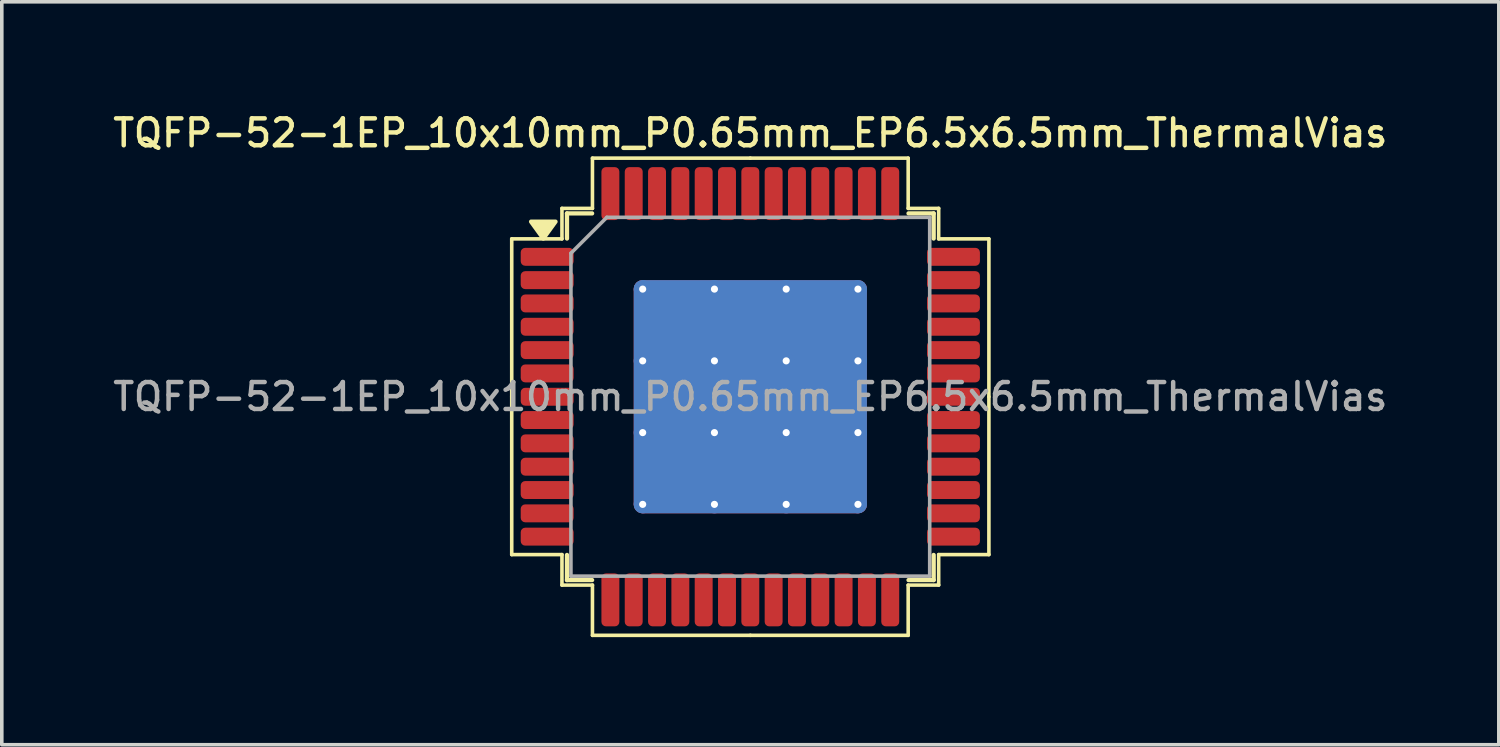
<source format=kicad_pcb>
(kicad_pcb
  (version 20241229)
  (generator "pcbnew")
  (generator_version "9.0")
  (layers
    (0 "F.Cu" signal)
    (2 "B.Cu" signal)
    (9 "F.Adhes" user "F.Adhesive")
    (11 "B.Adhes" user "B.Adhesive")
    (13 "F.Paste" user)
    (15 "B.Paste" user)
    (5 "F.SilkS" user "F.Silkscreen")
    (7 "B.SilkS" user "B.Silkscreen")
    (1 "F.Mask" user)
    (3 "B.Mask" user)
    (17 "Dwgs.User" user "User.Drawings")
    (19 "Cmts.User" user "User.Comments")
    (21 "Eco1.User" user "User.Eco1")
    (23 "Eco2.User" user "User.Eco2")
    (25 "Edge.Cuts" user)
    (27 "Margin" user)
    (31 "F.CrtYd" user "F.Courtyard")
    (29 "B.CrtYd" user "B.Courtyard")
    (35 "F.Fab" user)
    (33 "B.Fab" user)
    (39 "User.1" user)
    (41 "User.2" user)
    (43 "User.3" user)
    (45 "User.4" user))
  (footprint "TQFP-52-1EP_10x10mm_P0.65mm_EP6.5x6.5mm_ThermalVias"
    (layer "F.Cu")
    (at 17.863 8.008)
    (property "Reference" "TQFP-52-1EP_10x10mm_P0.65mm_EP6.5x6.5mm_ThermalVias" (at 0 -7.35 0) (layer "F.SilkS") (effects (font (size 0.75 0.75) (thickness 0.125))))
    (attr smd)
    (fp_line (start -6.65 -4.4) (end -6.65 0) (stroke (width 0.1) (type solid)) (layer "F.SilkS"))
    (fp_line (start -6.65 4.4) (end -6.65 0) (stroke (width 0.1) (type solid)) (layer "F.SilkS"))
    (fp_line (start -5.25 -5.25) (end -5.25 -4.4) (stroke (width 0.1) (type solid)) (layer "F.SilkS"))
    (fp_line (start -5.25 -4.4) (end -6.65 -4.4) (stroke (width 0.1) (type solid)) (layer "F.SilkS"))
    (fp_line (start -5.25 4.4) (end -6.65 4.4) (stroke (width 0.1) (type solid)) (layer "F.SilkS"))
    (fp_line (start -5.25 5.25) (end -5.25 4.4) (stroke (width 0.1) (type solid)) (layer "F.SilkS"))
    (fp_line (start -5.11 -5.11) (end -5.11 -4.41) (stroke (width 0.12) (type solid)) (layer "F.SilkS"))
    (fp_line (start -5.11 5.11) (end -5.11 4.41) (stroke (width 0.12) (type solid)) (layer "F.SilkS"))
    (fp_line (start -4.41 -5.11) (end -5.11 -5.11) (stroke (width 0.12) (type solid)) (layer "F.SilkS"))
    (fp_line (start -4.41 5.11) (end -5.11 5.11) (stroke (width 0.12) (type solid)) (layer "F.SilkS"))
    (fp_line (start -4.4 -6.65) (end -4.4 -5.25) (stroke (width 0.1) (type solid)) (layer "F.SilkS"))
    (fp_line (start -4.4 -5.25) (end -5.25 -5.25) (stroke (width 0.1) (type solid)) (layer "F.SilkS"))
    (fp_line (start -4.4 5.25) (end -5.25 5.25) (stroke (width 0.1) (type solid)) (layer "F.SilkS"))
    (fp_line (start -4.4 6.65) (end -4.4 5.25) (stroke (width 0.1) (type solid)) (layer "F.SilkS"))
    (fp_line (start 0 -6.65) (end -4.4 -6.65) (stroke (width 0.1) (type solid)) (layer "F.SilkS"))
    (fp_line (start 0 -6.65) (end 4.4 -6.65) (stroke (width 0.1) (type solid)) (layer "F.SilkS"))
    (fp_line (start 0 6.65) (end -4.4 6.65) (stroke (width 0.1) (type solid)) (layer "F.SilkS"))
    (fp_line (start 0 6.65) (end 4.4 6.65) (stroke (width 0.1) (type solid)) (layer "F.SilkS"))
    (fp_line (start 4.4 -6.65) (end 4.4 -5.25) (stroke (width 0.1) (type solid)) (layer "F.SilkS"))
    (fp_line (start 4.4 -5.25) (end 5.25 -5.25) (stroke (width 0.1) (type solid)) (layer "F.SilkS"))
    (fp_line (start 4.4 5.25) (end 5.25 5.25) (stroke (width 0.1) (type solid)) (layer "F.SilkS"))
    (fp_line (start 4.4 6.65) (end 4.4 5.25) (stroke (width 0.1) (type solid)) (layer "F.SilkS"))
    (fp_line (start 4.41 -5.11) (end 5.11 -5.11) (stroke (width 0.12) (type solid)) (layer "F.SilkS"))
    (fp_line (start 4.41 5.11) (end 5.11 5.11) (stroke (width 0.12) (type solid)) (layer "F.SilkS"))
    (fp_line (start 5.11 -5.11) (end 5.11 -4.41) (stroke (width 0.12) (type solid)) (layer "F.SilkS"))
    (fp_line (start 5.11 5.11) (end 5.11 4.41) (stroke (width 0.12) (type solid)) (layer "F.SilkS"))
    (fp_line (start 5.25 -5.25) (end 5.25 -4.4) (stroke (width 0.1) (type solid)) (layer "F.SilkS"))
    (fp_line (start 5.25 -4.4) (end 6.65 -4.4) (stroke (width 0.1) (type solid)) (layer "F.SilkS"))
    (fp_line (start 5.25 4.4) (end 6.65 4.4) (stroke (width 0.1) (type solid)) (layer "F.SilkS"))
    (fp_line (start 5.25 5.25) (end 5.25 4.4) (stroke (width 0.1) (type solid)) (layer "F.SilkS"))
    (fp_line (start 6.65 -4.4) (end 6.65 0) (stroke (width 0.1) (type solid)) (layer "F.SilkS"))
    (fp_line (start 6.65 4.4) (end 6.65 0) (stroke (width 0.1) (type solid)) (layer "F.SilkS"))
    (fp_poly (pts (xy -5.77 -4.41) (xy -6.11 -4.88) (xy -5.43 -4.88) (xy -5.77 -4.41)) (stroke (width 0.12) (type solid)) (fill yes) (layer "F.SilkS"))
    (fp_line (start -5 -4) (end -4 -5) (stroke (width 0.1) (type solid)) (layer "F.Fab"))
    (fp_line (start -5 5) (end -5 -4) (stroke (width 0.1) (type solid)) (layer "F.Fab"))
    (fp_line (start -4 -5) (end 5 -5) (stroke (width 0.1) (type solid)) (layer "F.Fab"))
    (fp_line (start 5 -5) (end 5 5) (stroke (width 0.1) (type solid)) (layer "F.Fab"))
    (fp_line (start 5 5) (end -5 5) (stroke (width 0.1) (type solid)) (layer "F.Fab"))
    (fp_text user "${REFERENCE}" (at 0 0 0) (layer "F.Fab") (effects (font (size 0.75 0.75) (thickness 0.125))))
    (pad "" smd roundrect (at -2 -2) (size 1.747 1.747) (layers "F.Paste") (roundrect_rratio 0.143))
    (pad "" smd roundrect (at -2 0) (size 1.747 1.747) (layers "F.Paste") (roundrect_rratio 0.143))
    (pad "" smd roundrect (at -2 2) (size 1.747 1.747) (layers "F.Paste") (roundrect_rratio 0.143))
    (pad "" smd roundrect (at 0 -2) (size 1.747 1.747) (layers "F.Paste") (roundrect_rratio 0.143))
    (pad "" smd roundrect (at 0 0) (size 1.747 1.747) (layers "F.Paste") (roundrect_rratio 0.143))
    (pad "" smd roundrect (at 0 2) (size 1.747 1.747) (layers "F.Paste") (roundrect_rratio 0.143))
    (pad "" smd roundrect (at 2 -2) (size 1.747 1.747) (layers "F.Paste") (roundrect_rratio 0.143))
    (pad "" smd roundrect (at 2 0) (size 1.747 1.747) (layers "F.Paste") (roundrect_rratio 0.143))
    (pad "" smd roundrect (at 2 2) (size 1.747 1.747) (layers "F.Paste") (roundrect_rratio 0.143))
    (pad "1" smd roundrect (at -5.662 -3.9) (size 1.475 0.5) (layers "F.Cu" "F.Mask" "F.Paste") (roundrect_rratio 0.25))
    (pad "2" smd roundrect (at -5.662 -3.25) (size 1.475 0.5) (layers "F.Cu" "F.Mask" "F.Paste") (roundrect_rratio 0.25))
    (pad "3" smd roundrect (at -5.662 -2.6) (size 1.475 0.5) (layers "F.Cu" "F.Mask" "F.Paste") (roundrect_rratio 0.25))
    (pad "4" smd roundrect (at -5.662 -1.95) (size 1.475 0.5) (layers "F.Cu" "F.Mask" "F.Paste") (roundrect_rratio 0.25))
    (pad "5" smd roundrect (at -5.662 -1.3) (size 1.475 0.5) (layers "F.Cu" "F.Mask" "F.Paste") (roundrect_rratio 0.25))
    (pad "6" smd roundrect (at -5.662 -0.65) (size 1.475 0.5) (layers "F.Cu" "F.Mask" "F.Paste") (roundrect_rratio 0.25))
    (pad "7" smd roundrect (at -5.662 0) (size 1.475 0.5) (layers "F.Cu" "F.Mask" "F.Paste") (roundrect_rratio 0.25))
    (pad "8" smd roundrect (at -5.662 0.65) (size 1.475 0.5) (layers "F.Cu" "F.Mask" "F.Paste") (roundrect_rratio 0.25))
    (pad "9" smd roundrect (at -5.662 1.3) (size 1.475 0.5) (layers "F.Cu" "F.Mask" "F.Paste") (roundrect_rratio 0.25))
    (pad "10" smd roundrect (at -5.662 1.95) (size 1.475 0.5) (layers "F.Cu" "F.Mask" "F.Paste") (roundrect_rratio 0.25))
    (pad "11" smd roundrect (at -5.662 2.6) (size 1.475 0.5) (layers "F.Cu" "F.Mask" "F.Paste") (roundrect_rratio 0.25))
    (pad "12" smd roundrect (at -5.662 3.25) (size 1.475 0.5) (layers "F.Cu" "F.Mask" "F.Paste") (roundrect_rratio 0.25))
    (pad "13" smd roundrect (at -5.662 3.9) (size 1.475 0.5) (layers "F.Cu" "F.Mask" "F.Paste") (roundrect_rratio 0.25))
    (pad "14" smd roundrect (at -3.9 5.662) (size 0.5 1.475) (layers "F.Cu" "F.Mask" "F.Paste") (roundrect_rratio 0.25))
    (pad "15" smd roundrect (at -3.25 5.662) (size 0.5 1.475) (layers "F.Cu" "F.Mask" "F.Paste") (roundrect_rratio 0.25))
    (pad "16" smd roundrect (at -2.6 5.662) (size 0.5 1.475) (layers "F.Cu" "F.Mask" "F.Paste") (roundrect_rratio 0.25))
    (pad "17" smd roundrect (at -1.95 5.662) (size 0.5 1.475) (layers "F.Cu" "F.Mask" "F.Paste") (roundrect_rratio 0.25))
    (pad "18" smd roundrect (at -1.3 5.662) (size 0.5 1.475) (layers "F.Cu" "F.Mask" "F.Paste") (roundrect_rratio 0.25))
    (pad "19" smd roundrect (at -0.65 5.662) (size 0.5 1.475) (layers "F.Cu" "F.Mask" "F.Paste") (roundrect_rratio 0.25))
    (pad "20" smd roundrect (at 0 5.662) (size 0.5 1.475) (layers "F.Cu" "F.Mask" "F.Paste") (roundrect_rratio 0.25))
    (pad "21" smd roundrect (at 0.65 5.662) (size 0.5 1.475) (layers "F.Cu" "F.Mask" "F.Paste") (roundrect_rratio 0.25))
    (pad "22" smd roundrect (at 1.3 5.662) (size 0.5 1.475) (layers "F.Cu" "F.Mask" "F.Paste") (roundrect_rratio 0.25))
    (pad "23" smd roundrect (at 1.95 5.662) (size 0.5 1.475) (layers "F.Cu" "F.Mask" "F.Paste") (roundrect_rratio 0.25))
    (pad "24" smd roundrect (at 2.6 5.662) (size 0.5 1.475) (layers "F.Cu" "F.Mask" "F.Paste") (roundrect_rratio 0.25))
    (pad "25" smd roundrect (at 3.25 5.662) (size 0.5 1.475) (layers "F.Cu" "F.Mask" "F.Paste") (roundrect_rratio 0.25))
    (pad "26" smd roundrect (at 3.9 5.662) (size 0.5 1.475) (layers "F.Cu" "F.Mask" "F.Paste") (roundrect_rratio 0.25))
    (pad "27" smd roundrect (at 5.662 3.9) (size 1.475 0.5) (layers "F.Cu" "F.Mask" "F.Paste") (roundrect_rratio 0.25))
    (pad "28" smd roundrect (at 5.662 3.25) (size 1.475 0.5) (layers "F.Cu" "F.Mask" "F.Paste") (roundrect_rratio 0.25))
    (pad "29" smd roundrect (at 5.662 2.6) (size 1.475 0.5) (layers "F.Cu" "F.Mask" "F.Paste") (roundrect_rratio 0.25))
    (pad "30" smd roundrect (at 5.662 1.95) (size 1.475 0.5) (layers "F.Cu" "F.Mask" "F.Paste") (roundrect_rratio 0.25))
    (pad "31" smd roundrect (at 5.662 1.3) (size 1.475 0.5) (layers "F.Cu" "F.Mask" "F.Paste") (roundrect_rratio 0.25))
    (pad "32" smd roundrect (at 5.662 0.65) (size 1.475 0.5) (layers "F.Cu" "F.Mask" "F.Paste") (roundrect_rratio 0.25))
    (pad "33" smd roundrect (at 5.662 0) (size 1.475 0.5) (layers "F.Cu" "F.Mask" "F.Paste") (roundrect_rratio 0.25))
    (pad "34" smd roundrect (at 5.662 -0.65) (size 1.475 0.5) (layers "F.Cu" "F.Mask" "F.Paste") (roundrect_rratio 0.25))
    (pad "35" smd roundrect (at 5.662 -1.3) (size 1.475 0.5) (layers "F.Cu" "F.Mask" "F.Paste") (roundrect_rratio 0.25))
    (pad "36" smd roundrect (at 5.662 -1.95) (size 1.475 0.5) (layers "F.Cu" "F.Mask" "F.Paste") (roundrect_rratio 0.25))
    (pad "37" smd roundrect (at 5.662 -2.6) (size 1.475 0.5) (layers "F.Cu" "F.Mask" "F.Paste") (roundrect_rratio 0.25))
    (pad "38" smd roundrect (at 5.662 -3.25) (size 1.475 0.5) (layers "F.Cu" "F.Mask" "F.Paste") (roundrect_rratio 0.25))
    (pad "39" smd roundrect (at 5.662 -3.9) (size 1.475 0.5) (layers "F.Cu" "F.Mask" "F.Paste") (roundrect_rratio 0.25))
    (pad "40" smd roundrect (at 3.9 -5.662) (size 0.5 1.475) (layers "F.Cu" "F.Mask" "F.Paste") (roundrect_rratio 0.25))
    (pad "41" smd roundrect (at 3.25 -5.662) (size 0.5 1.475) (layers "F.Cu" "F.Mask" "F.Paste") (roundrect_rratio 0.25))
    (pad "42" smd roundrect (at 2.6 -5.662) (size 0.5 1.475) (layers "F.Cu" "F.Mask" "F.Paste") (roundrect_rratio 0.25))
    (pad "43" smd roundrect (at 1.95 -5.662) (size 0.5 1.475) (layers "F.Cu" "F.Mask" "F.Paste") (roundrect_rratio 0.25))
    (pad "44" smd roundrect (at 1.3 -5.662) (size 0.5 1.475) (layers "F.Cu" "F.Mask" "F.Paste") (roundrect_rratio 0.25))
    (pad "45" smd roundrect (at 0.65 -5.662) (size 0.5 1.475) (layers "F.Cu" "F.Mask" "F.Paste") (roundrect_rratio 0.25))
    (pad "46" smd roundrect (at 0 -5.662) (size 0.5 1.475) (layers "F.Cu" "F.Mask" "F.Paste") (roundrect_rratio 0.25))
    (pad "47" smd roundrect (at -0.65 -5.662) (size 0.5 1.475) (layers "F.Cu" "F.Mask" "F.Paste") (roundrect_rratio 0.25))
    (pad "48" smd roundrect (at -1.3 -5.662) (size 0.5 1.475) (layers "F.Cu" "F.Mask" "F.Paste") (roundrect_rratio 0.25))
    (pad "49" smd roundrect (at -1.95 -5.662) (size 0.5 1.475) (layers "F.Cu" "F.Mask" "F.Paste") (roundrect_rratio 0.25))
    (pad "50" smd roundrect (at -2.6 -5.662) (size 0.5 1.475) (layers "F.Cu" "F.Mask" "F.Paste") (roundrect_rratio 0.25))
    (pad "51" smd roundrect (at -3.25 -5.662) (size 0.5 1.475) (layers "F.Cu" "F.Mask" "F.Paste") (roundrect_rratio 0.25))
    (pad "52" smd roundrect (at -3.9 -5.662) (size 0.5 1.475) (layers "F.Cu" "F.Mask" "F.Paste") (roundrect_rratio 0.25))
    (pad "53" thru_hole circle (at -3 -3) (size 0.5 0.5) (drill 0.2) (layers "*.Cu"))
    (pad "53" thru_hole circle (at -3 -1) (size 0.5 0.5) (drill 0.2) (layers "*.Cu"))
    (pad "53" thru_hole circle (at -3 1) (size 0.5 0.5) (drill 0.2) (layers "*.Cu"))
    (pad "53" thru_hole circle (at -3 3) (size 0.5 0.5) (drill 0.2) (layers "*.Cu"))
    (pad "53" thru_hole circle (at -1 -3) (size 0.5 0.5) (drill 0.2) (layers "*.Cu"))
    (pad "53" thru_hole circle (at -1 -1) (size 0.5 0.5) (drill 0.2) (layers "*.Cu"))
    (pad "53" thru_hole circle (at -1 1) (size 0.5 0.5) (drill 0.2) (layers "*.Cu"))
    (pad "53" thru_hole circle (at -1 3) (size 0.5 0.5) (drill 0.2) (layers "*.Cu"))
    (pad "53" smd roundrect (at 0 0) (size 6.5 6.5) (layers "F.Cu" "F.Mask") (roundrect_rratio 0.038))
    (pad "53" smd roundrect (at 0 0) (size 6.5 6.5) (layers "B.Cu") (roundrect_rratio 0.038))
    (pad "53" thru_hole circle (at 1 -3) (size 0.5 0.5) (drill 0.2) (layers "*.Cu"))
    (pad "53" thru_hole circle (at 1 -1) (size 0.5 0.5) (drill 0.2) (layers "*.Cu"))
    (pad "53" thru_hole circle (at 1 1) (size 0.5 0.5) (drill 0.2) (layers "*.Cu"))
    (pad "53" thru_hole circle (at 1 3) (size 0.5 0.5) (drill 0.2) (layers "*.Cu"))
    (pad "53" thru_hole circle (at 3 -3) (size 0.5 0.5) (drill 0.2) (layers "*.Cu"))
    (pad "53" thru_hole circle (at 3 -1) (size 0.5 0.5) (drill 0.2) (layers "*.Cu"))
    (pad "53" thru_hole circle (at 3 1) (size 0.5 0.5) (drill 0.2) (layers "*.Cu"))
    (pad "53" thru_hole circle (at 3 3) (size 0.5 0.5) (drill 0.2) (layers "*.Cu")))
  (gr_rect
    (start -3 -3)
    (end 38.725 17.708)
    (stroke (width 0.1) (type default))
    (fill no)
    (layer "Edge.Cuts")))
</source>
